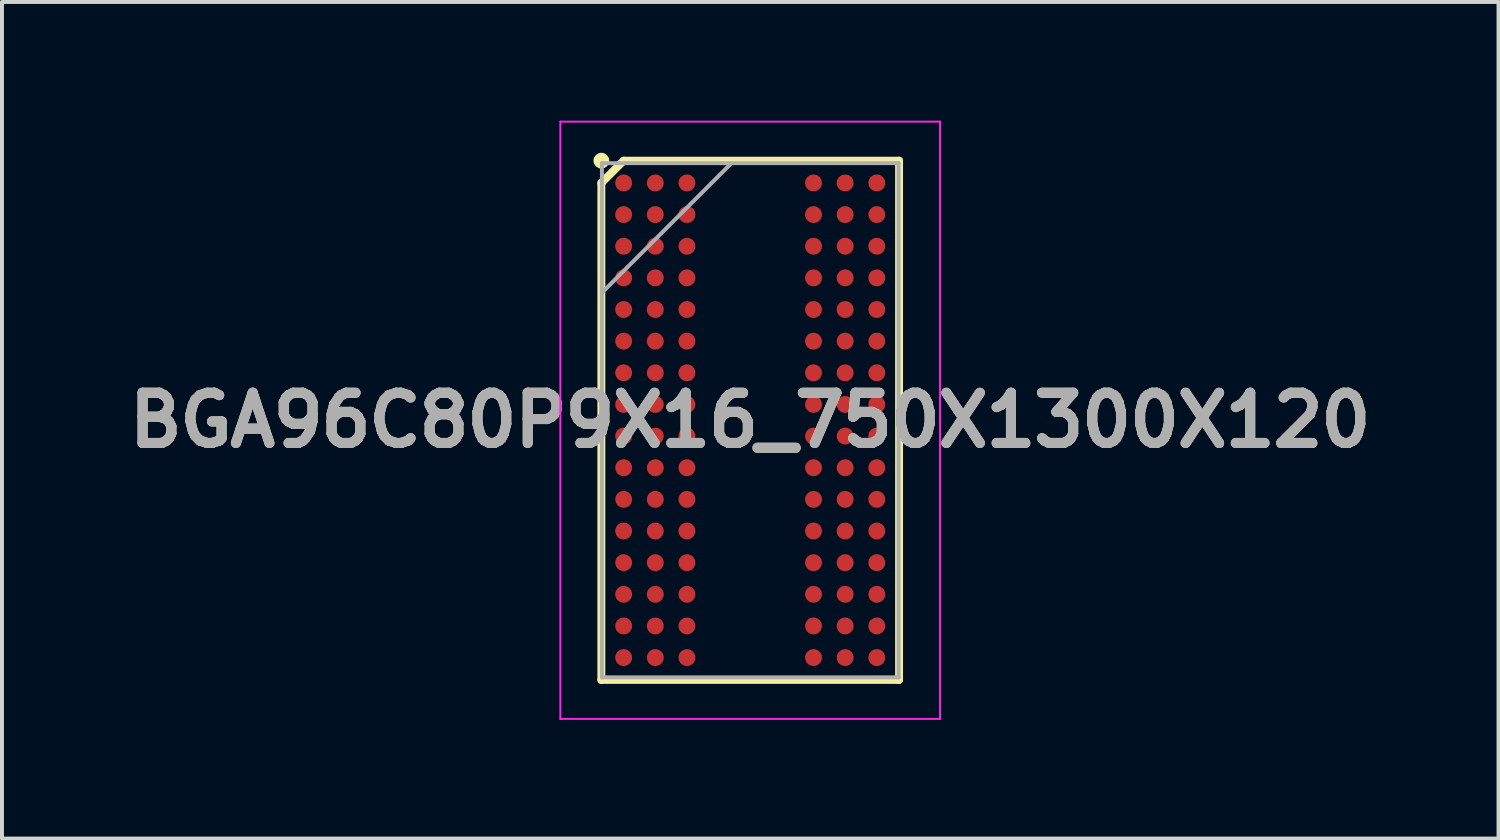
<source format=kicad_pcb>
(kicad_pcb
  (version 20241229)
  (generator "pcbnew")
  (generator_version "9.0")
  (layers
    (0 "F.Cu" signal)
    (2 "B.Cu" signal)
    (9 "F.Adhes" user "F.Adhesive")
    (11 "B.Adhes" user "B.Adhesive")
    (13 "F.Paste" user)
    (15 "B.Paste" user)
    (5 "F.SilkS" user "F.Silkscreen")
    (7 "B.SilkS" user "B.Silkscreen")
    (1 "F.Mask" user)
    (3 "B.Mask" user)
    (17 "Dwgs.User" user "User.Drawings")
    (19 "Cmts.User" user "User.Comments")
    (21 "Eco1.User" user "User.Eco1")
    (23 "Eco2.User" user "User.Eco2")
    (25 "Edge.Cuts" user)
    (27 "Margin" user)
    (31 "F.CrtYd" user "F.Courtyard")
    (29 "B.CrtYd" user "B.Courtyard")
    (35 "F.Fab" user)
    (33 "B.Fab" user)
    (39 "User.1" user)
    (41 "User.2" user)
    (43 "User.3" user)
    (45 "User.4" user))
  (footprint "BGA96C80P9X16_750X1300X120"
    (layer "F.Cu")
    (at 15.917 7.575)
    (property "Reference" "BGA96C80P9X16_750X1300X120" (at 0 0 0) (layer "F.SilkS") (effects (font (size 1.27 1.27) (thickness 0.254))))
    (attr smd)
    (fp_line (start -3.764 -5.999) (end -3.201 -6.562) (stroke (width 0.2) (type solid)) (layer "F.SilkS"))
    (fp_line (start -3.764 6.564) (end -3.764 -5.999) (stroke (width 0.2) (type solid)) (layer "F.SilkS"))
    (fp_line (start -3.2 -6.563) (end 3.763 -6.563) (stroke (width 0.2) (type solid)) (layer "F.SilkS"))
    (fp_line (start 3.763 -6.563) (end 3.763 6.564) (stroke (width 0.2) (type solid)) (layer "F.SilkS"))
    (fp_line (start 3.763 6.564) (end -3.764 6.564) (stroke (width 0.2) (type solid)) (layer "F.SilkS"))
    (fp_circle (center -3.763 -6.563) (end -3.763 -6.463) (stroke (width 0.2) (type solid)) (fill no) (layer "F.SilkS"))
    (fp_line (start -4.8 -7.55) (end 4.8 -7.55) (stroke (width 0.05) (type solid)) (layer "F.CrtYd"))
    (fp_line (start -4.8 7.55) (end -4.8 -7.55) (stroke (width 0.05) (type solid)) (layer "F.CrtYd"))
    (fp_line (start 4.8 -7.55) (end 4.8 7.55) (stroke (width 0.05) (type solid)) (layer "F.CrtYd"))
    (fp_line (start 4.8 7.55) (end -4.8 7.55) (stroke (width 0.05) (type solid)) (layer "F.CrtYd"))
    (fp_line (start -3.75 -6.5) (end 3.75 -6.5) (stroke (width 0.1) (type solid)) (layer "F.Fab"))
    (fp_line (start -3.75 -3.225) (end -0.475 -6.5) (stroke (width 0.1) (type solid)) (layer "F.Fab"))
    (fp_line (start -3.75 6.5) (end -3.75 -6.5) (stroke (width 0.1) (type solid)) (layer "F.Fab"))
    (fp_line (start 3.75 -6.5) (end 3.75 6.5) (stroke (width 0.1) (type solid)) (layer "F.Fab"))
    (fp_line (start 3.75 6.5) (end -3.75 6.5) (stroke (width 0.1) (type solid)) (layer "F.Fab"))
    (fp_text user "${REFERENCE}" (at 0 0 0) (layer "F.Fab") (effects (font (size 1.27 1.27) (thickness 0.254))))
    (pad "A1" smd circle (at -3.2 -6 90) (size 0.427 0.427) (layers "F.Cu" "F.Mask" "F.Paste"))
    (pad "A2" smd circle (at -2.4 -6 90) (size 0.427 0.427) (layers "F.Cu" "F.Mask" "F.Paste"))
    (pad "A3" smd circle (at -1.6 -6 90) (size 0.427 0.427) (layers "F.Cu" "F.Mask" "F.Paste"))
    (pad "A7" smd circle (at 1.6 -6 90) (size 0.427 0.427) (layers "F.Cu" "F.Mask" "F.Paste"))
    (pad "A8" smd circle (at 2.4 -6 90) (size 0.427 0.427) (layers "F.Cu" "F.Mask" "F.Paste"))
    (pad "A9" smd circle (at 3.2 -6 90) (size 0.427 0.427) (layers "F.Cu" "F.Mask" "F.Paste"))
    (pad "B1" smd circle (at -3.2 -5.2 90) (size 0.427 0.427) (layers "F.Cu" "F.Mask" "F.Paste"))
    (pad "B2" smd circle (at -2.4 -5.2 90) (size 0.427 0.427) (layers "F.Cu" "F.Mask" "F.Paste"))
    (pad "B3" smd circle (at -1.6 -5.2 90) (size 0.427 0.427) (layers "F.Cu" "F.Mask" "F.Paste"))
    (pad "B7" smd circle (at 1.6 -5.2 90) (size 0.427 0.427) (layers "F.Cu" "F.Mask" "F.Paste"))
    (pad "B8" smd circle (at 2.4 -5.2 90) (size 0.427 0.427) (layers "F.Cu" "F.Mask" "F.Paste"))
    (pad "B9" smd circle (at 3.2 -5.2 90) (size 0.427 0.427) (layers "F.Cu" "F.Mask" "F.Paste"))
    (pad "C1" smd circle (at -3.2 -4.4 90) (size 0.427 0.427) (layers "F.Cu" "F.Mask" "F.Paste"))
    (pad "C2" smd circle (at -2.4 -4.4 90) (size 0.427 0.427) (layers "F.Cu" "F.Mask" "F.Paste"))
    (pad "C3" smd circle (at -1.6 -4.4 90) (size 0.427 0.427) (layers "F.Cu" "F.Mask" "F.Paste"))
    (pad "C7" smd circle (at 1.6 -4.4 90) (size 0.427 0.427) (layers "F.Cu" "F.Mask" "F.Paste"))
    (pad "C8" smd circle (at 2.4 -4.4 90) (size 0.427 0.427) (layers "F.Cu" "F.Mask" "F.Paste"))
    (pad "C9" smd circle (at 3.2 -4.4 90) (size 0.427 0.427) (layers "F.Cu" "F.Mask" "F.Paste"))
    (pad "D1" smd circle (at -3.2 -3.6 90) (size 0.427 0.427) (layers "F.Cu" "F.Mask" "F.Paste"))
    (pad "D2" smd circle (at -2.4 -3.6 90) (size 0.427 0.427) (layers "F.Cu" "F.Mask" "F.Paste"))
    (pad "D3" smd circle (at -1.6 -3.6 90) (size 0.427 0.427) (layers "F.Cu" "F.Mask" "F.Paste"))
    (pad "D7" smd circle (at 1.6 -3.6 90) (size 0.427 0.427) (layers "F.Cu" "F.Mask" "F.Paste"))
    (pad "D8" smd circle (at 2.4 -3.6 90) (size 0.427 0.427) (layers "F.Cu" "F.Mask" "F.Paste"))
    (pad "D9" smd circle (at 3.2 -3.6 90) (size 0.427 0.427) (layers "F.Cu" "F.Mask" "F.Paste"))
    (pad "E1" smd circle (at -3.2 -2.8 90) (size 0.427 0.427) (layers "F.Cu" "F.Mask" "F.Paste"))
    (pad "E2" smd circle (at -2.4 -2.8 90) (size 0.427 0.427) (layers "F.Cu" "F.Mask" "F.Paste"))
    (pad "E3" smd circle (at -1.6 -2.8 90) (size 0.427 0.427) (layers "F.Cu" "F.Mask" "F.Paste"))
    (pad "E7" smd circle (at 1.6 -2.8 90) (size 0.427 0.427) (layers "F.Cu" "F.Mask" "F.Paste"))
    (pad "E8" smd circle (at 2.4 -2.8 90) (size 0.427 0.427) (layers "F.Cu" "F.Mask" "F.Paste"))
    (pad "E9" smd circle (at 3.2 -2.8 90) (size 0.427 0.427) (layers "F.Cu" "F.Mask" "F.Paste"))
    (pad "F1" smd circle (at -3.2 -2 90) (size 0.427 0.427) (layers "F.Cu" "F.Mask" "F.Paste"))
    (pad "F2" smd circle (at -2.4 -2 90) (size 0.427 0.427) (layers "F.Cu" "F.Mask" "F.Paste"))
    (pad "F3" smd circle (at -1.6 -2 90) (size 0.427 0.427) (layers "F.Cu" "F.Mask" "F.Paste"))
    (pad "F7" smd circle (at 1.6 -2 90) (size 0.427 0.427) (layers "F.Cu" "F.Mask" "F.Paste"))
    (pad "F8" smd circle (at 2.4 -2 90) (size 0.427 0.427) (layers "F.Cu" "F.Mask" "F.Paste"))
    (pad "F9" smd circle (at 3.2 -2 90) (size 0.427 0.427) (layers "F.Cu" "F.Mask" "F.Paste"))
    (pad "G1" smd circle (at -3.2 -1.2 90) (size 0.427 0.427) (layers "F.Cu" "F.Mask" "F.Paste"))
    (pad "G2" smd circle (at -2.4 -1.2 90) (size 0.427 0.427) (layers "F.Cu" "F.Mask" "F.Paste"))
    (pad "G3" smd circle (at -1.6 -1.2 90) (size 0.427 0.427) (layers "F.Cu" "F.Mask" "F.Paste"))
    (pad "G7" smd circle (at 1.6 -1.2 90) (size 0.427 0.427) (layers "F.Cu" "F.Mask" "F.Paste"))
    (pad "G8" smd circle (at 2.4 -1.2 90) (size 0.427 0.427) (layers "F.Cu" "F.Mask" "F.Paste"))
    (pad "G9" smd circle (at 3.2 -1.2 90) (size 0.427 0.427) (layers "F.Cu" "F.Mask" "F.Paste"))
    (pad "H1" smd circle (at -3.2 -0.4 90) (size 0.427 0.427) (layers "F.Cu" "F.Mask" "F.Paste"))
    (pad "H2" smd circle (at -2.4 -0.4 90) (size 0.427 0.427) (layers "F.Cu" "F.Mask" "F.Paste"))
    (pad "H3" smd circle (at -1.6 -0.4 90) (size 0.427 0.427) (layers "F.Cu" "F.Mask" "F.Paste"))
    (pad "H7" smd circle (at 1.6 -0.4 90) (size 0.427 0.427) (layers "F.Cu" "F.Mask" "F.Paste"))
    (pad "H8" smd circle (at 2.4 -0.4 90) (size 0.427 0.427) (layers "F.Cu" "F.Mask" "F.Paste"))
    (pad "H9" smd circle (at 3.2 -0.4 90) (size 0.427 0.427) (layers "F.Cu" "F.Mask" "F.Paste"))
    (pad "J1" smd circle (at -3.2 0.4 90) (size 0.427 0.427) (layers "F.Cu" "F.Mask" "F.Paste"))
    (pad "J2" smd circle (at -2.4 0.4 90) (size 0.427 0.427) (layers "F.Cu" "F.Mask" "F.Paste"))
    (pad "J3" smd circle (at -1.6 0.4 90) (size 0.427 0.427) (layers "F.Cu" "F.Mask" "F.Paste"))
    (pad "J7" smd circle (at 1.6 0.4 90) (size 0.427 0.427) (layers "F.Cu" "F.Mask" "F.Paste"))
    (pad "J8" smd circle (at 2.4 0.4 90) (size 0.427 0.427) (layers "F.Cu" "F.Mask" "F.Paste"))
    (pad "J9" smd circle (at 3.2 0.4 90) (size 0.427 0.427) (layers "F.Cu" "F.Mask" "F.Paste"))
    (pad "K1" smd circle (at -3.2 1.2 90) (size 0.427 0.427) (layers "F.Cu" "F.Mask" "F.Paste"))
    (pad "K2" smd circle (at -2.4 1.2 90) (size 0.427 0.427) (layers "F.Cu" "F.Mask" "F.Paste"))
    (pad "K3" smd circle (at -1.6 1.2 90) (size 0.427 0.427) (layers "F.Cu" "F.Mask" "F.Paste"))
    (pad "K7" smd circle (at 1.6 1.2 90) (size 0.427 0.427) (layers "F.Cu" "F.Mask" "F.Paste"))
    (pad "K8" smd circle (at 2.4 1.2 90) (size 0.427 0.427) (layers "F.Cu" "F.Mask" "F.Paste"))
    (pad "K9" smd circle (at 3.2 1.2 90) (size 0.427 0.427) (layers "F.Cu" "F.Mask" "F.Paste"))
    (pad "L1" smd circle (at -3.2 2 90) (size 0.427 0.427) (layers "F.Cu" "F.Mask" "F.Paste"))
    (pad "L2" smd circle (at -2.4 2 90) (size 0.427 0.427) (layers "F.Cu" "F.Mask" "F.Paste"))
    (pad "L3" smd circle (at -1.6 2 90) (size 0.427 0.427) (layers "F.Cu" "F.Mask" "F.Paste"))
    (pad "L7" smd circle (at 1.6 2 90) (size 0.427 0.427) (layers "F.Cu" "F.Mask" "F.Paste"))
    (pad "L8" smd circle (at 2.4 2 90) (size 0.427 0.427) (layers "F.Cu" "F.Mask" "F.Paste"))
    (pad "L9" smd circle (at 3.2 2 90) (size 0.427 0.427) (layers "F.Cu" "F.Mask" "F.Paste"))
    (pad "M1" smd circle (at -3.2 2.8 90) (size 0.427 0.427) (layers "F.Cu" "F.Mask" "F.Paste"))
    (pad "M2" smd circle (at -2.4 2.8 90) (size 0.427 0.427) (layers "F.Cu" "F.Mask" "F.Paste"))
    (pad "M3" smd circle (at -1.6 2.8 90) (size 0.427 0.427) (layers "F.Cu" "F.Mask" "F.Paste"))
    (pad "M7" smd circle (at 1.6 2.8 90) (size 0.427 0.427) (layers "F.Cu" "F.Mask" "F.Paste"))
    (pad "M8" smd circle (at 2.4 2.8 90) (size 0.427 0.427) (layers "F.Cu" "F.Mask" "F.Paste"))
    (pad "M9" smd circle (at 3.2 2.8 90) (size 0.427 0.427) (layers "F.Cu" "F.Mask" "F.Paste"))
    (pad "N1" smd circle (at -3.2 3.6 90) (size 0.427 0.427) (layers "F.Cu" "F.Mask" "F.Paste"))
    (pad "N2" smd circle (at -2.4 3.6 90) (size 0.427 0.427) (layers "F.Cu" "F.Mask" "F.Paste"))
    (pad "N3" smd circle (at -1.6 3.6 90) (size 0.427 0.427) (layers "F.Cu" "F.Mask" "F.Paste"))
    (pad "N7" smd circle (at 1.6 3.6 90) (size 0.427 0.427) (layers "F.Cu" "F.Mask" "F.Paste"))
    (pad "N8" smd circle (at 2.4 3.6 90) (size 0.427 0.427) (layers "F.Cu" "F.Mask" "F.Paste"))
    (pad "N9" smd circle (at 3.2 3.6 90) (size 0.427 0.427) (layers "F.Cu" "F.Mask" "F.Paste"))
    (pad "P1" smd circle (at -3.2 4.4 90) (size 0.427 0.427) (layers "F.Cu" "F.Mask" "F.Paste"))
    (pad "P2" smd circle (at -2.4 4.4 90) (size 0.427 0.427) (layers "F.Cu" "F.Mask" "F.Paste"))
    (pad "P3" smd circle (at -1.6 4.4 90) (size 0.427 0.427) (layers "F.Cu" "F.Mask" "F.Paste"))
    (pad "P7" smd circle (at 1.6 4.4 90) (size 0.427 0.427) (layers "F.Cu" "F.Mask" "F.Paste"))
    (pad "P8" smd circle (at 2.4 4.4 90) (size 0.427 0.427) (layers "F.Cu" "F.Mask" "F.Paste"))
    (pad "P9" smd circle (at 3.2 4.4 90) (size 0.427 0.427) (layers "F.Cu" "F.Mask" "F.Paste"))
    (pad "R1" smd circle (at -3.2 5.2 90) (size 0.427 0.427) (layers "F.Cu" "F.Mask" "F.Paste"))
    (pad "R2" smd circle (at -2.4 5.2 90) (size 0.427 0.427) (layers "F.Cu" "F.Mask" "F.Paste"))
    (pad "R3" smd circle (at -1.6 5.2 90) (size 0.427 0.427) (layers "F.Cu" "F.Mask" "F.Paste"))
    (pad "R7" smd circle (at 1.6 5.2 90) (size 0.427 0.427) (layers "F.Cu" "F.Mask" "F.Paste"))
    (pad "R8" smd circle (at 2.4 5.2 90) (size 0.427 0.427) (layers "F.Cu" "F.Mask" "F.Paste"))
    (pad "R9" smd circle (at 3.2 5.2 90) (size 0.427 0.427) (layers "F.Cu" "F.Mask" "F.Paste"))
    (pad "T1" smd circle (at -3.2 6 90) (size 0.427 0.427) (layers "F.Cu" "F.Mask" "F.Paste"))
    (pad "T2" smd circle (at -2.4 6 90) (size 0.427 0.427) (layers "F.Cu" "F.Mask" "F.Paste"))
    (pad "T3" smd circle (at -1.6 6 90) (size 0.427 0.427) (layers "F.Cu" "F.Mask" "F.Paste"))
    (pad "T7" smd circle (at 1.6 6 90) (size 0.427 0.427) (layers "F.Cu" "F.Mask" "F.Paste"))
    (pad "T8" smd circle (at 2.4 6 90) (size 0.427 0.427) (layers "F.Cu" "F.Mask" "F.Paste"))
    (pad "T9" smd circle (at 3.2 6 90) (size 0.427 0.427) (layers "F.Cu" "F.Mask" "F.Paste")))
  (gr_rect
    (start -3 -3)
    (end 34.835 18.15)
    (stroke (width 0.1) (type default))
    (fill no)
    (layer "Edge.Cuts")))
</source>
